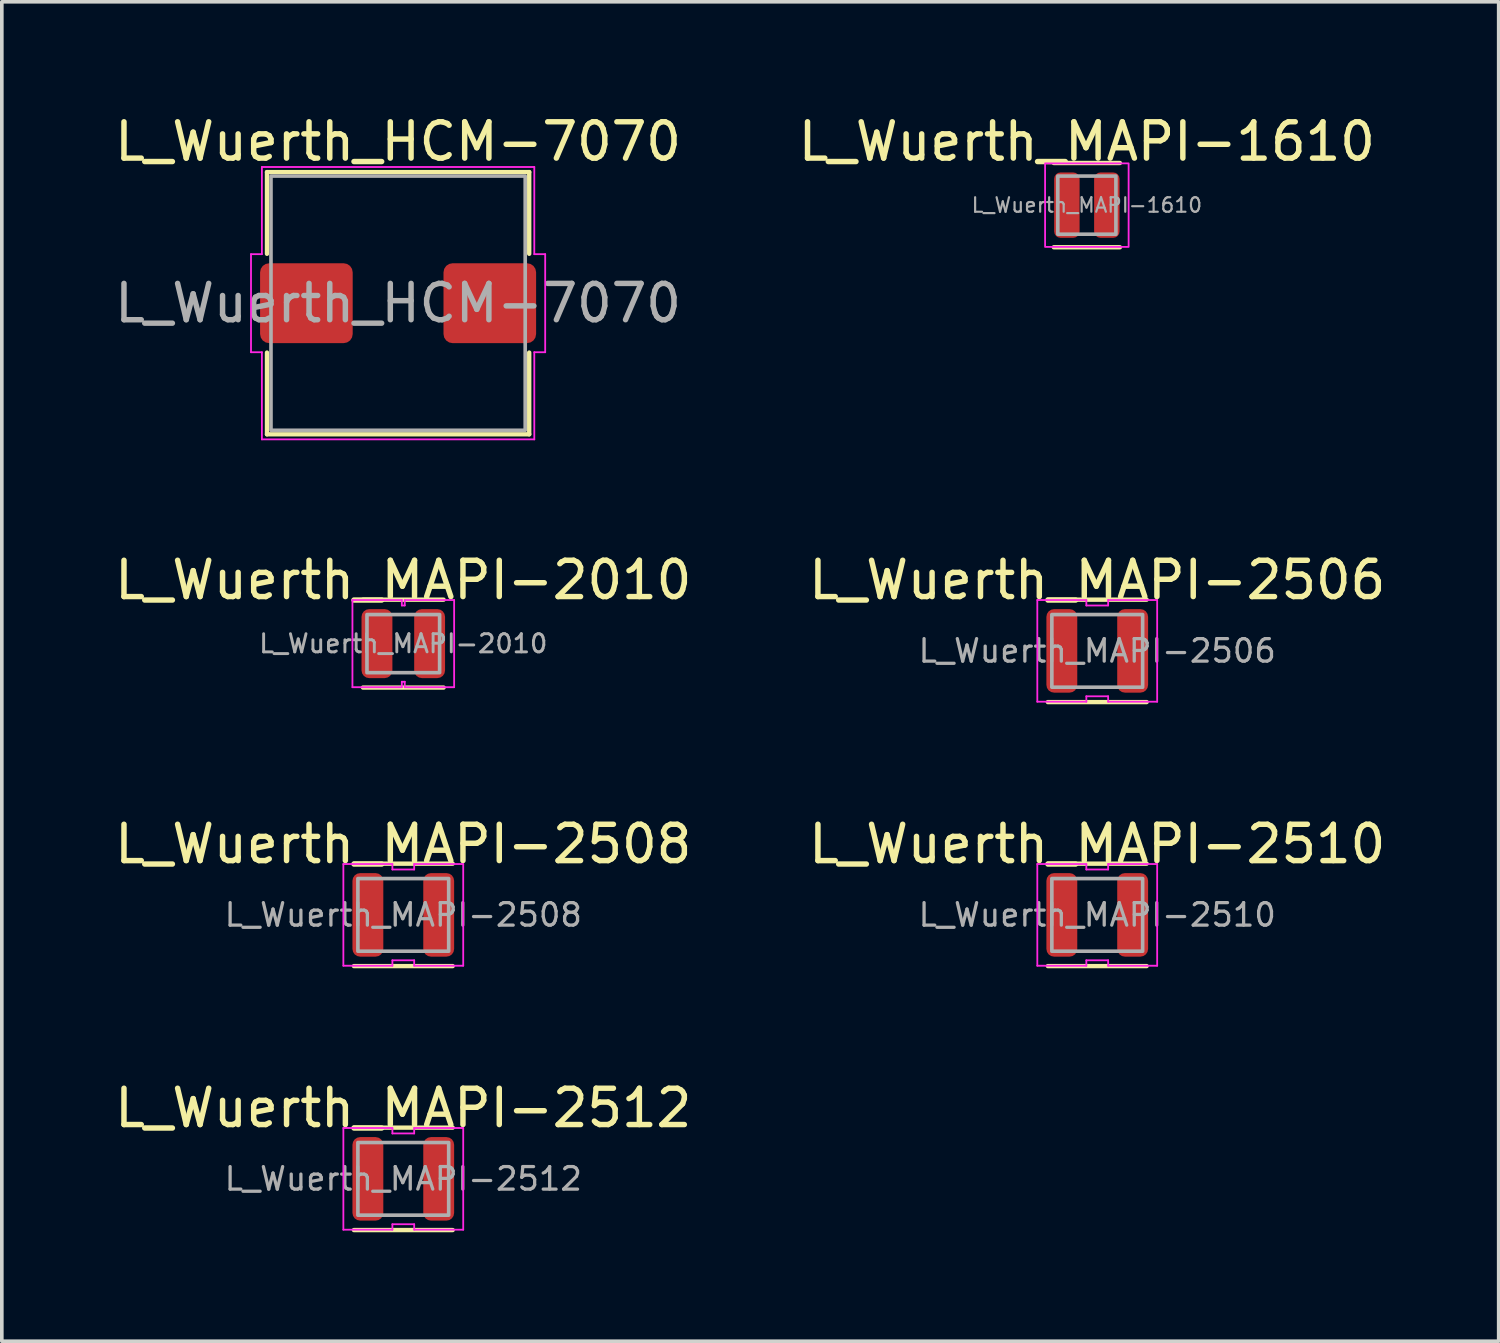
<source format=kicad_pcb>
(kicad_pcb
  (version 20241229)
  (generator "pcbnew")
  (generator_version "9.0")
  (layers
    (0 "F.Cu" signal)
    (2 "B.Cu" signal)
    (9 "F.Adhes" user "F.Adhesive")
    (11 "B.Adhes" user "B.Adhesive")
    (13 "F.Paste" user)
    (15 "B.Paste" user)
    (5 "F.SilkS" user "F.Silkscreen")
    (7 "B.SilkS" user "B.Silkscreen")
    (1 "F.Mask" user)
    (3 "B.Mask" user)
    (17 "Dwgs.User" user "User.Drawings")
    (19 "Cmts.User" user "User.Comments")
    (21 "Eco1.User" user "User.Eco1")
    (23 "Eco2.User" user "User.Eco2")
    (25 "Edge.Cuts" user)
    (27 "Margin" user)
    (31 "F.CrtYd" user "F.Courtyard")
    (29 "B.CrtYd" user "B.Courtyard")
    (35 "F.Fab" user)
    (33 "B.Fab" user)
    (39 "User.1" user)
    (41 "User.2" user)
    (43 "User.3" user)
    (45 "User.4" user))
  (footprint "L_Wuerth_MAPI-2506"
    (layer "F.Cu")
    (at 27.161 14.871)
    (property "Reference" "L_Wuerth_MAPI-2506" (at 0 -1.95 0) (layer "F.SilkS") (effects (font (size 1 1) (thickness 0.15))))
    (attr smd)
    (fp_line (start -1.36 -1.41) (end 1.36 -1.41) (stroke (width 0.12) (type solid)) (layer "F.SilkS"))
    (fp_line (start 1.36 1.41) (end -1.36 1.41) (stroke (width 0.12) (type solid)) (layer "F.SilkS"))
    (fp_line (start -1.65 -1.4) (end -0.3 -1.4) (stroke (width 0.05) (type solid)) (layer "F.CrtYd"))
    (fp_line (start -1.65 1.4) (end -1.65 -1.4) (stroke (width 0.05) (type solid)) (layer "F.CrtYd"))
    (fp_line (start -0.3 -1.4) (end -0.3 -1.25) (stroke (width 0.05) (type solid)) (layer "F.CrtYd"))
    (fp_line (start -0.3 -1.25) (end 0.3 -1.25) (stroke (width 0.05) (type solid)) (layer "F.CrtYd"))
    (fp_line (start -0.3 1.25) (end -0.3 1.4) (stroke (width 0.05) (type solid)) (layer "F.CrtYd"))
    (fp_line (start -0.3 1.4) (end -1.65 1.4) (stroke (width 0.05) (type solid)) (layer "F.CrtYd"))
    (fp_line (start 0.3 -1.4) (end 1.65 -1.4) (stroke (width 0.05) (type solid)) (layer "F.CrtYd"))
    (fp_line (start 0.3 -1.25) (end 0.3 -1.4) (stroke (width 0.05) (type solid)) (layer "F.CrtYd"))
    (fp_line (start 0.3 1.25) (end -0.3 1.25) (stroke (width 0.05) (type solid)) (layer "F.CrtYd"))
    (fp_line (start 0.3 1.4) (end 0.3 1.25) (stroke (width 0.05) (type solid)) (layer "F.CrtYd"))
    (fp_line (start 1.65 -1.4) (end 1.65 1.4) (stroke (width 0.05) (type solid)) (layer "F.CrtYd"))
    (fp_line (start 1.65 1.4) (end 0.3 1.4) (stroke (width 0.05) (type solid)) (layer "F.CrtYd"))
    (fp_rect (start -1.25 -1) (end 1.25 1) (stroke (width 0.1) (type solid)) (fill no) (layer "F.Fab"))
    (fp_text user "${REFERENCE}" (at 0 0 0) (layer "F.Fab") (effects (font (size 0.62 0.62) (thickness 0.09))))
    (pad "1" smd roundrect (at -0.975 0) (size 0.85 2.3) (layers "F.Cu" "F.Mask" "F.Paste") (roundrect_rratio 0.25))
    (pad "2" smd roundrect (at 0.975 0) (size 0.85 2.3) (layers "F.Cu" "F.Mask" "F.Paste") (roundrect_rratio 0.25)))
  (footprint "L_Wuerth_MAPI-1610"
    (layer "F.Cu")
    (at 26.875 2.598)
    (property "Reference" "L_Wuerth_MAPI-1610" (at 0 -1.75 0) (layer "F.SilkS") (effects (font (size 1 1) (thickness 0.15))))
    (attr smd)
    (fp_line (start -0.91 -1.16) (end 0.91 -1.16) (stroke (width 0.12) (type solid)) (layer "F.SilkS"))
    (fp_line (start 0.91 1.16) (end -0.91 1.16) (stroke (width 0.12) (type solid)) (layer "F.SilkS"))
    (fp_rect (start -1.15 -1.15) (end 1.15 1.15) (stroke (width 0.05) (type solid)) (fill no) (layer "F.CrtYd"))
    (fp_rect (start -0.8 -0.8) (end 0.8 0.8) (stroke (width 0.1) (type solid)) (fill no) (layer "F.Fab"))
    (fp_text user "${REFERENCE}" (at 0 0 0) (layer "F.Fab") (effects (font (size 0.4 0.4) (thickness 0.06))))
    (pad "1" smd roundrect (at -0.55 0) (size 0.7 1.8) (layers "F.Cu" "F.Mask" "F.Paste") (roundrect_rratio 0.25))
    (pad "2" smd roundrect (at 0.55 0) (size 0.7 1.8) (layers "F.Cu" "F.Mask" "F.Paste") (roundrect_rratio 0.25)))
  (footprint "L_Wuerth_MAPI-2010"
    (layer "F.Cu")
    (at 8.054 14.671)
    (property "Reference" "L_Wuerth_MAPI-2010" (at 0 -1.75 0) (layer "F.SilkS") (effects (font (size 1 1) (thickness 0.15))))
    (attr smd)
    (fp_line (start -1.11 -1.21) (end 1.11 -1.21) (stroke (width 0.12) (type solid)) (layer "F.SilkS"))
    (fp_line (start 1.11 1.21) (end -1.11 1.21) (stroke (width 0.12) (type solid)) (layer "F.SilkS"))
    (fp_line (start -1.4 -1.2) (end -0.04 -1.2) (stroke (width 0.05) (type solid)) (layer "F.CrtYd"))
    (fp_line (start -1.4 1.2) (end -1.4 -1.2) (stroke (width 0.05) (type solid)) (layer "F.CrtYd"))
    (fp_line (start -0.04 -1.2) (end -0.04 -1.05) (stroke (width 0.05) (type solid)) (layer "F.CrtYd"))
    (fp_line (start -0.04 -1.05) (end 0.04 -1.05) (stroke (width 0.05) (type solid)) (layer "F.CrtYd"))
    (fp_line (start -0.04 1.05) (end -0.04 1.2) (stroke (width 0.05) (type solid)) (layer "F.CrtYd"))
    (fp_line (start -0.04 1.2) (end -1.4 1.2) (stroke (width 0.05) (type solid)) (layer "F.CrtYd"))
    (fp_line (start 0.04 -1.2) (end 1.4 -1.2) (stroke (width 0.05) (type solid)) (layer "F.CrtYd"))
    (fp_line (start 0.04 -1.05) (end 0.04 -1.2) (stroke (width 0.05) (type solid)) (layer "F.CrtYd"))
    (fp_line (start 0.04 1.05) (end -0.04 1.05) (stroke (width 0.05) (type solid)) (layer "F.CrtYd"))
    (fp_line (start 0.04 1.2) (end 0.04 1.05) (stroke (width 0.05) (type solid)) (layer "F.CrtYd"))
    (fp_line (start 1.4 -1.2) (end 1.4 1.2) (stroke (width 0.05) (type solid)) (layer "F.CrtYd"))
    (fp_line (start 1.4 1.2) (end 0.04 1.2) (stroke (width 0.05) (type solid)) (layer "F.CrtYd"))
    (fp_rect (start -1 -0.8) (end 1 0.8) (stroke (width 0.1) (type solid)) (fill no) (layer "F.Fab"))
    (fp_text user "${REFERENCE}" (at 0 0 0) (layer "F.Fab") (effects (font (size 0.5 0.5) (thickness 0.08))))
    (pad "1" smd roundrect (at -0.725 0) (size 0.85 1.9) (layers "F.Cu" "F.Mask" "F.Paste") (roundrect_rratio 0.25))
    (pad "2" smd roundrect (at 0.725 0) (size 0.85 1.9) (layers "F.Cu" "F.Mask" "F.Paste") (roundrect_rratio 0.25)))
  (footprint "L_Wuerth_MAPI-2510"
    (layer "F.Cu")
    (at 27.161 22.14)
    (property "Reference" "L_Wuerth_MAPI-2510" (at 0 -1.95 0) (layer "F.SilkS") (effects (font (size 1 1) (thickness 0.15))))
    (attr smd)
    (fp_line (start -1.36 -1.41) (end 1.36 -1.41) (stroke (width 0.12) (type solid)) (layer "F.SilkS"))
    (fp_line (start 1.36 1.41) (end -1.36 1.41) (stroke (width 0.12) (type solid)) (layer "F.SilkS"))
    (fp_line (start -1.65 -1.4) (end -0.3 -1.4) (stroke (width 0.05) (type solid)) (layer "F.CrtYd"))
    (fp_line (start -1.65 1.4) (end -1.65 -1.4) (stroke (width 0.05) (type solid)) (layer "F.CrtYd"))
    (fp_line (start -0.3 -1.4) (end -0.3 -1.25) (stroke (width 0.05) (type solid)) (layer "F.CrtYd"))
    (fp_line (start -0.3 -1.25) (end 0.3 -1.25) (stroke (width 0.05) (type solid)) (layer "F.CrtYd"))
    (fp_line (start -0.3 1.25) (end -0.3 1.4) (stroke (width 0.05) (type solid)) (layer "F.CrtYd"))
    (fp_line (start -0.3 1.4) (end -1.65 1.4) (stroke (width 0.05) (type solid)) (layer "F.CrtYd"))
    (fp_line (start 0.3 -1.4) (end 1.65 -1.4) (stroke (width 0.05) (type solid)) (layer "F.CrtYd"))
    (fp_line (start 0.3 -1.25) (end 0.3 -1.4) (stroke (width 0.05) (type solid)) (layer "F.CrtYd"))
    (fp_line (start 0.3 1.25) (end -0.3 1.25) (stroke (width 0.05) (type solid)) (layer "F.CrtYd"))
    (fp_line (start 0.3 1.4) (end 0.3 1.25) (stroke (width 0.05) (type solid)) (layer "F.CrtYd"))
    (fp_line (start 1.65 -1.4) (end 1.65 1.4) (stroke (width 0.05) (type solid)) (layer "F.CrtYd"))
    (fp_line (start 1.65 1.4) (end 0.3 1.4) (stroke (width 0.05) (type solid)) (layer "F.CrtYd"))
    (fp_rect (start -1.25 -1) (end 1.25 1) (stroke (width 0.1) (type solid)) (fill no) (layer "F.Fab"))
    (fp_text user "${REFERENCE}" (at 0 0 0) (layer "F.Fab") (effects (font (size 0.62 0.62) (thickness 0.09))))
    (pad "1" smd roundrect (at -0.975 0) (size 0.85 2.3) (layers "F.Cu" "F.Mask" "F.Paste") (roundrect_rratio 0.25))
    (pad "2" smd roundrect (at 0.975 0) (size 0.85 2.3) (layers "F.Cu" "F.Mask" "F.Paste") (roundrect_rratio 0.25)))
  (footprint "L_Wuerth_HCM-7070"
    (layer "F.Cu")
    (at 7.911 5.298)
    (property "Reference" "L_Wuerth_HCM-7070" (at 0 -4.45 0) (layer "F.SilkS") (effects (font (size 1 1) (thickness 0.15))))
    (attr smd)
    (fp_line (start -3.61 -3.61) (end 3.61 -3.61) (stroke (width 0.12) (type solid)) (layer "F.SilkS"))
    (fp_line (start -3.61 -1.36) (end -3.61 -3.61) (stroke (width 0.12) (type solid)) (layer "F.SilkS"))
    (fp_line (start -3.61 3.61) (end -3.61 1.36) (stroke (width 0.12) (type solid)) (layer "F.SilkS"))
    (fp_line (start 3.61 -3.61) (end 3.61 -1.36) (stroke (width 0.12) (type solid)) (layer "F.SilkS"))
    (fp_line (start 3.61 1.36) (end 3.61 3.61) (stroke (width 0.12) (type solid)) (layer "F.SilkS"))
    (fp_line (start 3.61 3.61) (end -3.61 3.61) (stroke (width 0.12) (type solid)) (layer "F.SilkS"))
    (fp_line (start -4.05 -1.35) (end -3.75 -1.35) (stroke (width 0.05) (type solid)) (layer "F.CrtYd"))
    (fp_line (start -4.05 1.35) (end -4.05 -1.35) (stroke (width 0.05) (type solid)) (layer "F.CrtYd"))
    (fp_line (start -3.75 -3.75) (end 3.75 -3.75) (stroke (width 0.05) (type solid)) (layer "F.CrtYd"))
    (fp_line (start -3.75 -1.35) (end -3.75 -3.75) (stroke (width 0.05) (type solid)) (layer "F.CrtYd"))
    (fp_line (start -3.75 1.35) (end -4.05 1.35) (stroke (width 0.05) (type solid)) (layer "F.CrtYd"))
    (fp_line (start -3.75 3.75) (end -3.75 1.35) (stroke (width 0.05) (type solid)) (layer "F.CrtYd"))
    (fp_line (start 3.75 -3.75) (end 3.75 -1.35) (stroke (width 0.05) (type solid)) (layer "F.CrtYd"))
    (fp_line (start 3.75 -1.35) (end 4.05 -1.35) (stroke (width 0.05) (type solid)) (layer "F.CrtYd"))
    (fp_line (start 3.75 1.35) (end 3.75 3.75) (stroke (width 0.05) (type solid)) (layer "F.CrtYd"))
    (fp_line (start 3.75 3.75) (end -3.75 3.75) (stroke (width 0.05) (type solid)) (layer "F.CrtYd"))
    (fp_line (start 4.05 -1.35) (end 4.05 1.35) (stroke (width 0.05) (type solid)) (layer "F.CrtYd"))
    (fp_line (start 4.05 1.35) (end 3.75 1.35) (stroke (width 0.05) (type solid)) (layer "F.CrtYd"))
    (fp_rect (start -3.5 -3.5) (end 3.5 3.5) (stroke (width 0.1) (type solid)) (fill no) (layer "F.Fab"))
    (fp_text user "${REFERENCE}" (at 0 0 0) (layer "F.Fab") (effects (font (size 1 1) (thickness 0.15))))
    (pad "1" smd roundrect (at -2.525 0) (size 2.55 2.2) (layers "F.Cu" "F.Mask" "F.Paste") (roundrect_rratio 0.114))
    (pad "2" smd roundrect (at 2.525 0) (size 2.55 2.2) (layers "F.Cu" "F.Mask" "F.Paste") (roundrect_rratio 0.114)))
  (footprint "L_Wuerth_MAPI-2508"
    (layer "F.Cu")
    (at 8.054 22.14)
    (property "Reference" "L_Wuerth_MAPI-2508" (at 0 -1.95 0) (layer "F.SilkS") (effects (font (size 1 1) (thickness 0.15))))
    (attr smd)
    (fp_line (start -1.36 -1.41) (end 1.36 -1.41) (stroke (width 0.12) (type solid)) (layer "F.SilkS"))
    (fp_line (start 1.36 1.41) (end -1.36 1.41) (stroke (width 0.12) (type solid)) (layer "F.SilkS"))
    (fp_line (start -1.65 -1.4) (end -0.3 -1.4) (stroke (width 0.05) (type solid)) (layer "F.CrtYd"))
    (fp_line (start -1.65 1.4) (end -1.65 -1.4) (stroke (width 0.05) (type solid)) (layer "F.CrtYd"))
    (fp_line (start -0.3 -1.4) (end -0.3 -1.25) (stroke (width 0.05) (type solid)) (layer "F.CrtYd"))
    (fp_line (start -0.3 -1.25) (end 0.3 -1.25) (stroke (width 0.05) (type solid)) (layer "F.CrtYd"))
    (fp_line (start -0.3 1.25) (end -0.3 1.4) (stroke (width 0.05) (type solid)) (layer "F.CrtYd"))
    (fp_line (start -0.3 1.4) (end -1.65 1.4) (stroke (width 0.05) (type solid)) (layer "F.CrtYd"))
    (fp_line (start 0.3 -1.4) (end 1.65 -1.4) (stroke (width 0.05) (type solid)) (layer "F.CrtYd"))
    (fp_line (start 0.3 -1.25) (end 0.3 -1.4) (stroke (width 0.05) (type solid)) (layer "F.CrtYd"))
    (fp_line (start 0.3 1.25) (end -0.3 1.25) (stroke (width 0.05) (type solid)) (layer "F.CrtYd"))
    (fp_line (start 0.3 1.4) (end 0.3 1.25) (stroke (width 0.05) (type solid)) (layer "F.CrtYd"))
    (fp_line (start 1.65 -1.4) (end 1.65 1.4) (stroke (width 0.05) (type solid)) (layer "F.CrtYd"))
    (fp_line (start 1.65 1.4) (end 0.3 1.4) (stroke (width 0.05) (type solid)) (layer "F.CrtYd"))
    (fp_rect (start -1.25 -1) (end 1.25 1) (stroke (width 0.1) (type solid)) (fill no) (layer "F.Fab"))
    (fp_text user "${REFERENCE}" (at 0 0 0) (layer "F.Fab") (effects (font (size 0.62 0.62) (thickness 0.09))))
    (pad "1" smd roundrect (at -0.975 0) (size 0.85 2.3) (layers "F.Cu" "F.Mask" "F.Paste") (roundrect_rratio 0.25))
    (pad "2" smd roundrect (at 0.975 0) (size 0.85 2.3) (layers "F.Cu" "F.Mask" "F.Paste") (roundrect_rratio 0.25)))
  (footprint "L_Wuerth_MAPI-2512"
    (layer "F.Cu")
    (at 8.054 29.408)
    (property "Reference" "L_Wuerth_MAPI-2512" (at 0 -1.95 0) (layer "F.SilkS") (effects (font (size 1 1) (thickness 0.15))))
    (attr smd)
    (fp_line (start -1.36 -1.41) (end 1.36 -1.41) (stroke (width 0.12) (type solid)) (layer "F.SilkS"))
    (fp_line (start 1.36 1.41) (end -1.36 1.41) (stroke (width 0.12) (type solid)) (layer "F.SilkS"))
    (fp_line (start -1.65 -1.4) (end -0.3 -1.4) (stroke (width 0.05) (type solid)) (layer "F.CrtYd"))
    (fp_line (start -1.65 1.4) (end -1.65 -1.4) (stroke (width 0.05) (type solid)) (layer "F.CrtYd"))
    (fp_line (start -0.3 -1.4) (end -0.3 -1.25) (stroke (width 0.05) (type solid)) (layer "F.CrtYd"))
    (fp_line (start -0.3 -1.25) (end 0.3 -1.25) (stroke (width 0.05) (type solid)) (layer "F.CrtYd"))
    (fp_line (start -0.3 1.25) (end -0.3 1.4) (stroke (width 0.05) (type solid)) (layer "F.CrtYd"))
    (fp_line (start -0.3 1.4) (end -1.65 1.4) (stroke (width 0.05) (type solid)) (layer "F.CrtYd"))
    (fp_line (start 0.3 -1.4) (end 1.65 -1.4) (stroke (width 0.05) (type solid)) (layer "F.CrtYd"))
    (fp_line (start 0.3 -1.25) (end 0.3 -1.4) (stroke (width 0.05) (type solid)) (layer "F.CrtYd"))
    (fp_line (start 0.3 1.25) (end -0.3 1.25) (stroke (width 0.05) (type solid)) (layer "F.CrtYd"))
    (fp_line (start 0.3 1.4) (end 0.3 1.25) (stroke (width 0.05) (type solid)) (layer "F.CrtYd"))
    (fp_line (start 1.65 -1.4) (end 1.65 1.4) (stroke (width 0.05) (type solid)) (layer "F.CrtYd"))
    (fp_line (start 1.65 1.4) (end 0.3 1.4) (stroke (width 0.05) (type solid)) (layer "F.CrtYd"))
    (fp_rect (start -1.25 -1) (end 1.25 1) (stroke (width 0.1) (type solid)) (fill no) (layer "F.Fab"))
    (fp_text user "${REFERENCE}" (at 0 0 0) (layer "F.Fab") (effects (font (size 0.62 0.62) (thickness 0.09))))
    (pad "1" smd roundrect (at -0.975 0) (size 0.85 2.3) (layers "F.Cu" "F.Mask" "F.Paste") (roundrect_rratio 0.25))
    (pad "2" smd roundrect (at 0.975 0) (size 0.85 2.3) (layers "F.Cu" "F.Mask" "F.Paste") (roundrect_rratio 0.25)))
  (gr_rect
    (start -3 -3)
    (end 38.214 33.878)
    (stroke (width 0.1) (type default))
    (fill no)
    (layer "Edge.Cuts")))
</source>
